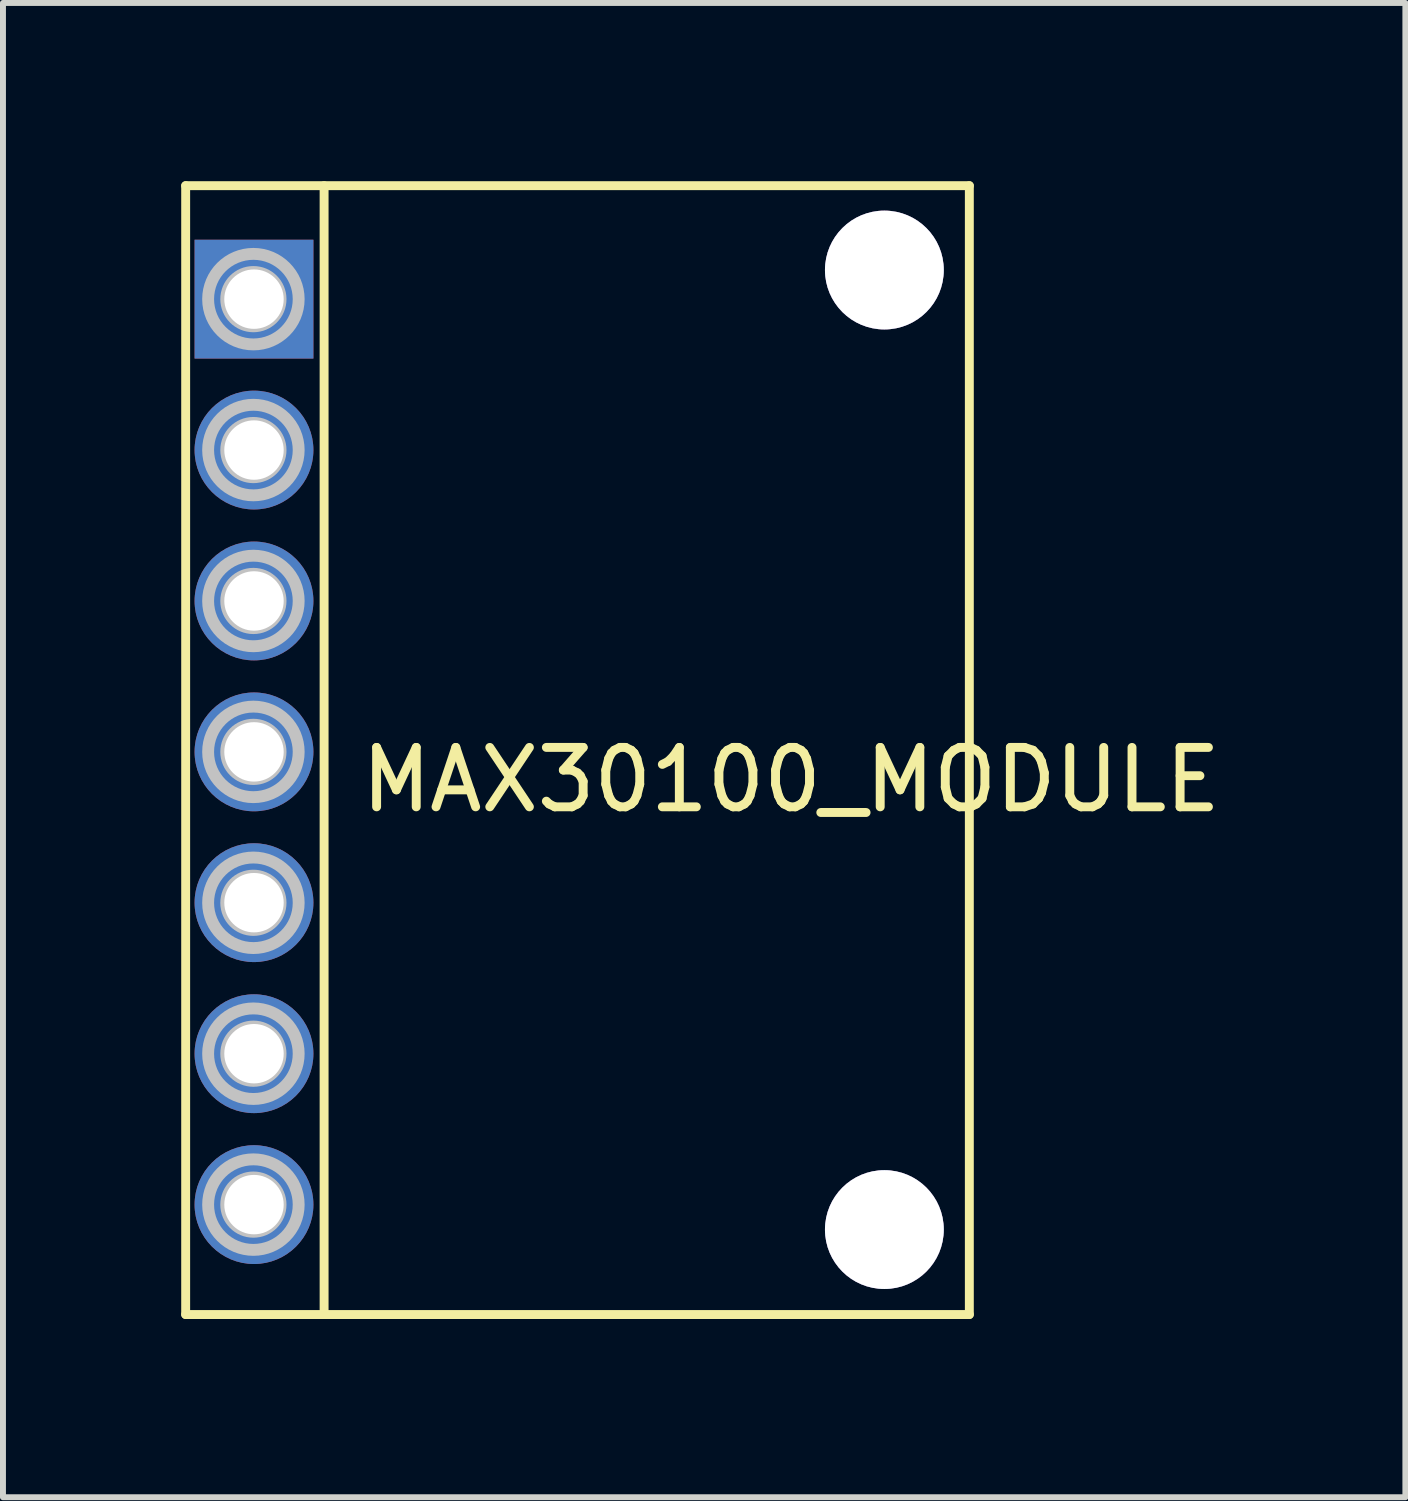
<source format=kicad_pcb>
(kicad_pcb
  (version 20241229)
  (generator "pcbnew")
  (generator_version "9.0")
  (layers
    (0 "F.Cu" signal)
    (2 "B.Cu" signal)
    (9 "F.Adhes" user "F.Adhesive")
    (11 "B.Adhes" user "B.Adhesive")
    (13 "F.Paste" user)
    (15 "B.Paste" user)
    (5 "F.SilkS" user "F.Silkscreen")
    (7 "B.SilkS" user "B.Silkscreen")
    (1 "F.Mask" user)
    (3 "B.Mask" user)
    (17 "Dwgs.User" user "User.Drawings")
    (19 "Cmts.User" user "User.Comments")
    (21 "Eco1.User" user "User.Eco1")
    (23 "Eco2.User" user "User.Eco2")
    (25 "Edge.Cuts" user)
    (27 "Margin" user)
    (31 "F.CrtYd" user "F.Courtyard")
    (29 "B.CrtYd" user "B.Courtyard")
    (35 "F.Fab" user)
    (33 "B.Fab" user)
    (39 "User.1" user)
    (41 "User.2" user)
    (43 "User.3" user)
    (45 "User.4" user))
  (footprint "MAX30100_MODULE"
    (layer "F.Cu")
    (at 10.265 9.575)
    (property "Reference" "MAX30100_MODULE" (at 0 0.5 0) (layer "F.SilkS") (effects (font (size 1 1) (thickness 0.15))))
    (attr through_hole)
    (fp_line (start -10.19 -9.5) (end -10.19 9.5) (stroke (width 0.15) (type solid)) (layer "F.SilkS"))
    (fp_line (start -10.19 -9.5) (end 3 -9.5) (stroke (width 0.15) (type solid)) (layer "F.SilkS"))
    (fp_line (start -10.19 9.5) (end 3 9.5) (stroke (width 0.15) (type solid)) (layer "F.SilkS"))
    (fp_line (start -7.86 -9.5) (end -7.86 9.5) (stroke (width 0.15) (type solid)) (layer "F.SilkS"))
    (fp_line (start 3 -9.5) (end 3 9.5) (stroke (width 0.15) (type solid)) (layer "F.SilkS"))
    (fp_circle (center -9.05 -7.59) (end -8.593 -7.59) (stroke (width 0.2) (type solid)) (fill no) (layer "Dwgs.User"))
    (fp_circle (center -9.05 -7.59) (end -8.288 -7.59) (stroke (width 0.2) (type solid)) (fill no) (layer "Dwgs.User"))
    (fp_circle (center -9.05 -5.05) (end -8.593 -5.05) (stroke (width 0.2) (type solid)) (fill no) (layer "Dwgs.User"))
    (fp_circle (center -9.05 -5.05) (end -8.288 -5.05) (stroke (width 0.2) (type solid)) (fill no) (layer "Dwgs.User"))
    (fp_circle (center -9.05 -2.51) (end -8.593 -2.51) (stroke (width 0.2) (type solid)) (fill no) (layer "Dwgs.User"))
    (fp_circle (center -9.05 -2.51) (end -8.288 -2.51) (stroke (width 0.2) (type solid)) (fill no) (layer "Dwgs.User"))
    (fp_circle (center -9.05 0.03) (end -8.593 0.03) (stroke (width 0.2) (type solid)) (fill no) (layer "Dwgs.User"))
    (fp_circle (center -9.05 0.03) (end -8.288 0.03) (stroke (width 0.2) (type solid)) (fill no) (layer "Dwgs.User"))
    (fp_circle (center -9.05 2.57) (end -8.593 2.57) (stroke (width 0.2) (type solid)) (fill no) (layer "Dwgs.User"))
    (fp_circle (center -9.05 2.57) (end -8.288 2.57) (stroke (width 0.2) (type solid)) (fill no) (layer "Dwgs.User"))
    (fp_circle (center -9.05 5.11) (end -8.593 5.11) (stroke (width 0.2) (type solid)) (fill no) (layer "Dwgs.User"))
    (fp_circle (center -9.05 5.11) (end -8.288 5.11) (stroke (width 0.2) (type solid)) (fill no) (layer "Dwgs.User"))
    (fp_circle (center -9.05 7.65) (end -8.593 7.65) (stroke (width 0.2) (type solid)) (fill no) (layer "Dwgs.User"))
    (fp_circle (center -9.05 7.65) (end -8.288 7.65) (stroke (width 0.2) (type solid)) (fill no) (layer "Dwgs.User"))
    (pad "" thru_hole circle (at 1.57 -8.08) (size 2 2) (drill 2) (layers "*.Cu" "*.Mask"))
    (pad "" thru_hole circle (at 1.57 8.07) (size 2 2) (drill 2) (layers "*.Cu" "*.Mask"))
    (pad "1" thru_hole rect (at -9.04 -7.59) (size 2 2) (drill 1) (layers "*.Cu" "*.Mask"))
    (pad "2" thru_hole circle (at -9.04 -5.05) (size 2 2) (drill 1) (layers "*.Cu" "*.Mask"))
    (pad "3" thru_hole circle (at -9.04 -2.51) (size 2 2) (drill 1) (layers "*.Cu" "*.Mask"))
    (pad "4" thru_hole circle (at -9.04 0.03) (size 2 2) (drill 1) (layers "*.Cu" "*.Mask"))
    (pad "5" thru_hole circle (at -9.04 2.568) (size 2 2) (drill 1) (layers "*.Cu" "*.Mask"))
    (pad "6" thru_hole circle (at -9.04 5.11) (size 2 2) (drill 1) (layers "*.Cu" "*.Mask"))
    (pad "7" thru_hole circle (at -9.04 7.65) (size 2 2) (drill 1) (layers "*.Cu" "*.Mask")))
  (gr_rect
    (start -3 -3)
    (end 20.604 22.15)
    (stroke (width 0.1) (type default))
    (fill no)
    (layer "Edge.Cuts")))
</source>
